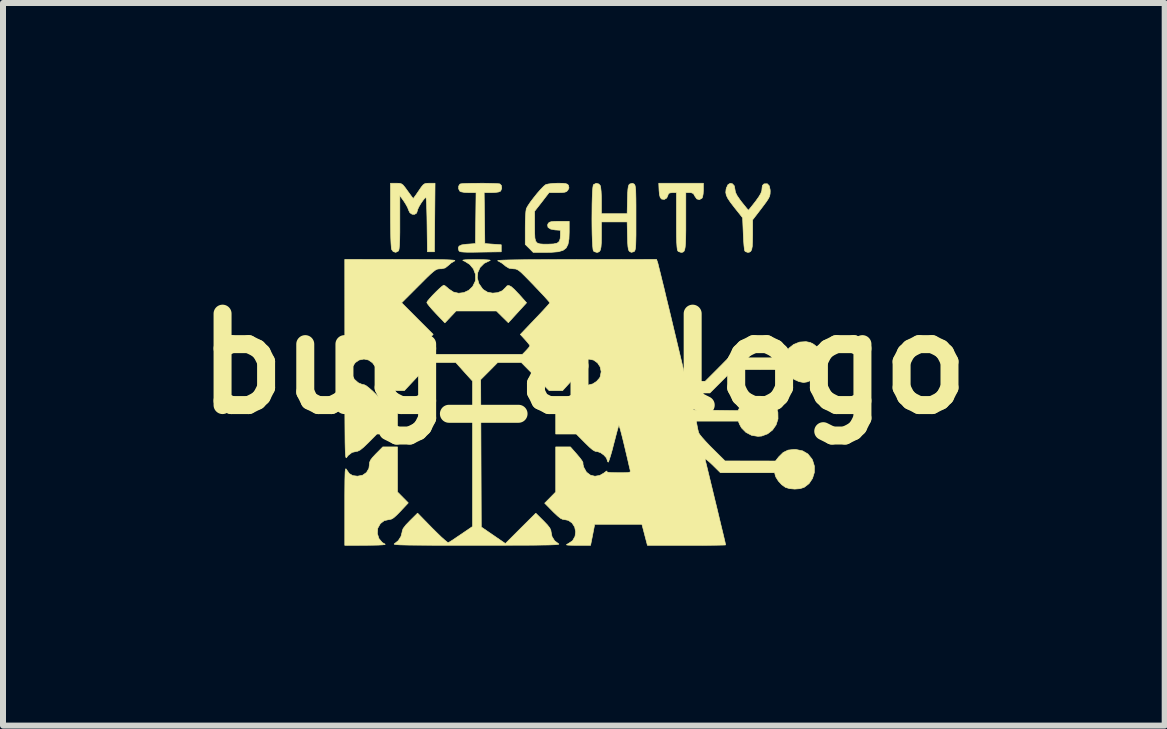
<source format=kicad_pcb>
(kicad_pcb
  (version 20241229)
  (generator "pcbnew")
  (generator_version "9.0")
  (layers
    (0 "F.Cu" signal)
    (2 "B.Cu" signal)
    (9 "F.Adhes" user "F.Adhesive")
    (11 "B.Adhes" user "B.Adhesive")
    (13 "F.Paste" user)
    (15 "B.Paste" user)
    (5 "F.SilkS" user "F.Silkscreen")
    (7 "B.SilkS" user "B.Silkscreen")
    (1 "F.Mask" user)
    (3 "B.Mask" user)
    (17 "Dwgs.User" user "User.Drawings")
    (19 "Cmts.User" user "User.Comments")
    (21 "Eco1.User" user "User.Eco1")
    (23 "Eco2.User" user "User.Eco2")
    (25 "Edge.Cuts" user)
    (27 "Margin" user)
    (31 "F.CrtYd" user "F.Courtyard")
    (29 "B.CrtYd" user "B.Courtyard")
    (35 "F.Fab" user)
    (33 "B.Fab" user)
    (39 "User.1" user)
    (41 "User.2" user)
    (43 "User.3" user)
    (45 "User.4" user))
  (footprint "bug_a_logo"
    (layer "F.Cu")
    (at 6.684 3.014)
    (property "Reference" "bug_a_logo" (at 0 0 0) (layer "F.SilkS") (effects (font (size 1.524 1.524) (thickness 0.3))))
    (attr through_hole)
    (fp_poly (pts (xy 1.993 -2.896) (xy 1.989 -2.83) (xy 1.979 -2.779) (xy 1.969 -2.759) (xy 1.925 -2.735) (xy 1.882 -2.748) (xy 1.851 -2.793) (xy 1.85 -2.794) (xy 1.827 -2.836) (xy 1.791 -2.851) (xy 1.764 -2.853) (xy 1.7 -2.853) (xy 1.7 -2.378) (xy 1.7 -2.221) (xy 1.698 -2.1) (xy 1.695 -2.008) (xy 1.689 -1.943) (xy 1.681 -1.9) (xy 1.669 -1.874) (xy 1.652 -1.861) (xy 1.63 -1.856) (xy 1.622 -1.856) (xy 1.581 -1.869) (xy 1.567 -1.88) (xy 1.559 -1.901) (xy 1.553 -1.948) (xy 1.548 -2.023) (xy 1.545 -2.131) (xy 1.544 -2.272) (xy 1.544 -2.378) (xy 1.544 -2.853) (xy 1.477 -2.853) (xy 1.429 -2.847) (xy 1.407 -2.827) (xy 1.403 -2.811) (xy 1.382 -2.763) (xy 1.342 -2.739) (xy 1.298 -2.745) (xy 1.294 -2.747) (xy 1.273 -2.773) (xy 1.26 -2.823) (xy 1.254 -2.889) (xy 1.249 -3.009) (xy 1.993 -3.009) (xy 1.993 -2.896)) (stroke (width 0.01) (type solid)) (fill yes) (layer "F.SilkS"))
    (fp_poly (pts (xy -1.586 -3.007) (xy -1.5 -3.005) (xy -1.435 -3.002) (xy -1.4 -2.998) (xy -1.399 -2.997) (xy -1.374 -2.97) (xy -1.369 -2.926) (xy -1.385 -2.883) (xy -1.391 -2.876) (xy -1.423 -2.863) (xy -1.481 -2.855) (xy -1.538 -2.853) (xy -1.662 -2.853) (xy -1.656 -2.428) (xy -1.651 -2.003) (xy -1.514 -1.993) (xy -1.377 -1.983) (xy -1.377 -1.866) (xy -1.725 -1.861) (xy -1.852 -1.859) (xy -1.945 -1.859) (xy -2.01 -1.862) (xy -2.051 -1.866) (xy -2.074 -1.874) (xy -2.083 -1.884) (xy -2.094 -1.93) (xy -2.08 -1.961) (xy -2.037 -1.981) (xy -1.961 -1.992) (xy -1.944 -1.993) (xy -1.807 -2.003) (xy -1.802 -2.428) (xy -1.797 -2.853) (xy -1.92 -2.853) (xy -1.991 -2.856) (xy -2.045 -2.866) (xy -2.067 -2.876) (xy -2.088 -2.916) (xy -2.087 -2.961) (xy -2.067 -2.993) (xy -2.06 -2.997) (xy -2.028 -3.002) (xy -1.966 -3.005) (xy -1.883 -3.007) (xy -1.786 -3.008) (xy -1.684 -3.009) (xy -1.586 -3.007)) (stroke (width 0.01) (type solid)) (fill yes) (layer "F.SilkS"))
    (fp_poly (pts (xy -3.107 2.138) (xy -3.017 2.229) (xy -2.927 2.32) (xy -3.058 2.46) (xy -3.123 2.526) (xy -3.17 2.568) (xy -3.207 2.59) (xy -3.24 2.598) (xy -3.253 2.599) (xy -3.33 2.617) (xy -3.393 2.666) (xy -3.434 2.739) (xy -3.437 2.748) (xy -3.442 2.833) (xy -3.416 2.915) (xy -3.362 2.98) (xy -3.312 3.01) (xy -3.317 3.015) (xy -3.357 3.02) (xy -3.427 3.024) (xy -3.523 3.026) (xy -3.629 3.027) (xy -3.986 3.028) (xy -3.986 2.369) (xy -3.986 2.191) (xy -3.985 2.049) (xy -3.984 1.94) (xy -3.982 1.858) (xy -3.98 1.803) (xy -3.976 1.769) (xy -3.971 1.753) (xy -3.965 1.753) (xy -3.957 1.764) (xy -3.956 1.766) (xy -3.911 1.831) (xy -3.854 1.865) (xy -3.774 1.875) (xy -3.689 1.859) (xy -3.624 1.814) (xy -3.584 1.746) (xy -3.576 1.687) (xy -3.572 1.645) (xy -3.557 1.608) (xy -3.525 1.565) (xy -3.47 1.506) (xy -3.464 1.5) (xy -3.352 1.387) (xy -3.107 1.387) (xy -3.107 2.138)) (stroke (width 0.01) (type solid)) (fill yes) (layer "F.SilkS"))
    (fp_poly (pts (xy 2.477 -3) (xy 2.508 -2.966) (xy 2.52 -2.904) (xy 2.52 -2.901) (xy 2.528 -2.857) (xy 2.554 -2.804) (xy 2.602 -2.734) (xy 2.629 -2.698) (xy 2.678 -2.637) (xy 2.716 -2.59) (xy 2.74 -2.563) (xy 2.744 -2.56) (xy 2.757 -2.574) (xy 2.789 -2.613) (xy 2.833 -2.669) (xy 2.86 -2.703) (xy 2.916 -2.781) (xy 2.95 -2.838) (xy 2.967 -2.885) (xy 2.97 -2.917) (xy 2.976 -2.969) (xy 2.999 -2.995) (xy 3.01 -2.999) (xy 3.059 -3) (xy 3.091 -2.966) (xy 3.106 -2.899) (xy 3.107 -2.873) (xy 3.105 -2.831) (xy 3.097 -2.794) (xy 3.078 -2.754) (xy 3.045 -2.703) (xy 2.993 -2.633) (xy 2.96 -2.589) (xy 2.814 -2.399) (xy 2.814 -2.151) (xy 2.812 -2.036) (xy 2.808 -1.956) (xy 2.798 -1.903) (xy 2.781 -1.872) (xy 2.757 -1.859) (xy 2.733 -1.856) (xy 2.695 -1.869) (xy 2.683 -1.881) (xy 2.677 -1.908) (xy 2.67 -1.967) (xy 2.664 -2.049) (xy 2.659 -2.146) (xy 2.658 -2.169) (xy 2.647 -2.433) (xy 2.515 -2.599) (xy 2.447 -2.687) (xy 2.401 -2.755) (xy 2.375 -2.809) (xy 2.366 -2.856) (xy 2.371 -2.906) (xy 2.376 -2.928) (xy 2.402 -2.984) (xy 2.439 -3.007) (xy 2.477 -3)) (stroke (width 0.01) (type solid)) (fill yes) (layer "F.SilkS"))
    (fp_poly (pts (xy -3.078 -3.008) (xy -3.044 -3) (xy -3.015 -2.98) (xy -2.982 -2.94) (xy -2.94 -2.882) (xy -2.897 -2.823) (xy -2.864 -2.778) (xy -2.846 -2.756) (xy -2.844 -2.755) (xy -2.832 -2.77) (xy -2.803 -2.809) (xy -2.764 -2.866) (xy -2.753 -2.882) (xy -2.71 -2.945) (xy -2.678 -2.983) (xy -2.65 -3.002) (xy -2.615 -3.008) (xy -2.574 -3.009) (xy -2.481 -3.009) (xy -2.486 -2.437) (xy -2.491 -1.866) (xy -2.608 -1.866) (xy -2.614 -2.32) (xy -2.616 -2.449) (xy -2.619 -2.563) (xy -2.622 -2.658) (xy -2.626 -2.728) (xy -2.631 -2.768) (xy -2.633 -2.774) (xy -2.653 -2.759) (xy -2.684 -2.72) (xy -2.719 -2.669) (xy -2.75 -2.616) (xy -2.77 -2.573) (xy -2.774 -2.557) (xy -2.788 -2.512) (xy -2.821 -2.491) (xy -2.863 -2.492) (xy -2.9 -2.517) (xy -2.921 -2.559) (xy -2.939 -2.606) (xy -2.973 -2.667) (xy -3 -2.709) (xy -3.068 -2.804) (xy -3.068 -2.353) (xy -3.068 -2.193) (xy -3.07 -2.069) (xy -3.074 -1.978) (xy -3.08 -1.918) (xy -3.087 -1.886) (xy -3.091 -1.88) (xy -3.135 -1.857) (xy -3.178 -1.869) (xy -3.205 -1.906) (xy -3.21 -1.939) (xy -3.215 -2.006) (xy -3.219 -2.101) (xy -3.221 -2.218) (xy -3.223 -2.353) (xy -3.224 -2.483) (xy -3.224 -3.009) (xy -3.127 -3.009) (xy -3.078 -3.008)) (stroke (width 0.01) (type solid)) (fill yes) (layer "F.SilkS"))
    (fp_poly (pts (xy -1.788 -1.736) (xy -1.687 -1.735) (xy -1.613 -1.732) (xy -1.569 -1.728) (xy -1.56 -1.722) (xy -1.565 -1.72) (xy -1.661 -1.674) (xy -1.73 -1.605) (xy -1.768 -1.522) (xy -1.776 -1.431) (xy -1.751 -1.338) (xy -1.691 -1.251) (xy -1.674 -1.234) (xy -1.605 -1.192) (xy -1.521 -1.177) (xy -1.436 -1.185) (xy -1.359 -1.217) (xy -1.305 -1.27) (xy -1.304 -1.271) (xy -1.279 -1.299) (xy -1.25 -1.304) (xy -1.211 -1.285) (xy -1.159 -1.239) (xy -1.088 -1.164) (xy -1.086 -1.163) (xy -0.955 -1.016) (xy -1.107 -0.85) (xy -1.259 -0.684) (xy -1.358 -0.781) (xy -1.457 -0.879) (xy -2.13 -0.879) (xy -2.317 -0.681) (xy -2.467 -0.838) (xy -2.528 -0.904) (xy -2.577 -0.961) (xy -2.609 -1.003) (xy -2.618 -1.021) (xy -2.605 -1.045) (xy -2.57 -1.087) (xy -2.522 -1.14) (xy -2.467 -1.196) (xy -2.413 -1.248) (xy -2.368 -1.288) (xy -2.339 -1.308) (xy -2.335 -1.309) (xy -2.311 -1.297) (xy -2.272 -1.265) (xy -2.254 -1.248) (xy -2.175 -1.195) (xy -2.088 -1.175) (xy -2 -1.186) (xy -1.919 -1.224) (xy -1.854 -1.286) (xy -1.812 -1.372) (xy -1.806 -1.398) (xy -1.807 -1.491) (xy -1.841 -1.581) (xy -1.903 -1.656) (xy -1.987 -1.709) (xy -2.003 -1.715) (xy -2.019 -1.724) (xy -2.009 -1.729) (xy -1.972 -1.733) (xy -1.903 -1.735) (xy -1.798 -1.736) (xy -1.788 -1.736)) (stroke (width 0.01) (type solid)) (fill yes) (layer "F.SilkS"))
    (fp_poly (pts (xy -0.349 -3.008) (xy -0.299 -3.002) (xy -0.271 -2.991) (xy -0.256 -2.973) (xy -0.248 -2.93) (xy -0.266 -2.895) (xy -0.286 -2.872) (xy -0.316 -2.86) (xy -0.365 -2.854) (xy -0.438 -2.853) (xy -0.58 -2.853) (xy -0.7 -2.697) (xy -0.821 -2.542) (xy -0.821 -2.288) (xy -0.82 -2.175) (xy -0.816 -2.095) (xy -0.803 -2.043) (xy -0.778 -2.013) (xy -0.736 -1.998) (xy -0.673 -1.993) (xy -0.599 -1.993) (xy -0.505 -1.997) (xy -0.444 -2.011) (xy -0.409 -2.04) (xy -0.394 -2.089) (xy -0.391 -2.14) (xy -0.391 -2.225) (xy -0.482 -2.231) (xy -0.554 -2.245) (xy -0.597 -2.273) (xy -0.605 -2.313) (xy -0.594 -2.34) (xy -0.576 -2.357) (xy -0.544 -2.368) (xy -0.49 -2.373) (xy -0.408 -2.374) (xy -0.244 -2.374) (xy -0.244 -2.196) (xy -0.248 -2.079) (xy -0.264 -1.991) (xy -0.295 -1.93) (xy -0.347 -1.89) (xy -0.426 -1.867) (xy -0.534 -1.858) (xy -0.625 -1.856) (xy -0.844 -1.856) (xy -0.91 -1.923) (xy -0.977 -1.989) (xy -0.977 -2.263) (xy -0.976 -2.367) (xy -0.972 -2.46) (xy -0.967 -2.534) (xy -0.96 -2.58) (xy -0.958 -2.587) (xy -0.934 -2.631) (xy -0.892 -2.694) (xy -0.838 -2.765) (xy -0.779 -2.839) (xy -0.721 -2.905) (xy -0.671 -2.957) (xy -0.636 -2.985) (xy -0.633 -2.987) (xy -0.59 -2.997) (xy -0.522 -3.005) (xy -0.442 -3.009) (xy -0.43 -3.009) (xy -0.349 -3.008)) (stroke (width 0.01) (type solid)) (fill yes) (layer "F.SilkS"))
    (fp_poly (pts (xy 0.835 -2.997) (xy 0.845 -2.988) (xy 0.853 -2.972) (xy 0.859 -2.944) (xy 0.864 -2.901) (xy 0.866 -2.837) (xy 0.868 -2.749) (xy 0.869 -2.632) (xy 0.869 -2.482) (xy 0.869 -2.433) (xy 0.869 -2.272) (xy 0.869 -2.146) (xy 0.867 -2.05) (xy 0.865 -1.98) (xy 0.861 -1.931) (xy 0.855 -1.9) (xy 0.848 -1.881) (xy 0.838 -1.87) (xy 0.835 -1.868) (xy 0.793 -1.857) (xy 0.767 -1.868) (xy 0.752 -1.883) (xy 0.742 -1.91) (xy 0.735 -1.955) (xy 0.73 -2.026) (xy 0.727 -2.127) (xy 0.722 -2.364) (xy 0.293 -2.364) (xy 0.293 -2.134) (xy 0.292 -2.023) (xy 0.286 -1.945) (xy 0.275 -1.895) (xy 0.257 -1.868) (xy 0.23 -1.857) (xy 0.215 -1.856) (xy 0.174 -1.869) (xy 0.16 -1.88) (xy 0.153 -1.906) (xy 0.147 -1.965) (xy 0.142 -2.051) (xy 0.138 -2.157) (xy 0.136 -2.277) (xy 0.135 -2.405) (xy 0.136 -2.534) (xy 0.137 -2.658) (xy 0.14 -2.77) (xy 0.144 -2.866) (xy 0.15 -2.937) (xy 0.157 -2.978) (xy 0.16 -2.985) (xy 0.205 -3.008) (xy 0.249 -2.997) (xy 0.273 -2.971) (xy 0.281 -2.937) (xy 0.288 -2.873) (xy 0.292 -2.79) (xy 0.293 -2.717) (xy 0.293 -2.501) (xy 0.507 -2.501) (xy 0.722 -2.501) (xy 0.727 -2.738) (xy 0.73 -2.841) (xy 0.735 -2.911) (xy 0.742 -2.956) (xy 0.752 -2.983) (xy 0.767 -2.997) (xy 0.809 -3.008) (xy 0.835 -2.997)) (stroke (width 0.01) (type solid)) (fill yes) (layer "F.SilkS"))
    (fp_poly (pts (xy 1.228 -1.695) (xy 1.236 -1.668) (xy 1.251 -1.606) (xy 1.274 -1.515) (xy 1.303 -1.396) (xy 1.338 -1.255) (xy 1.376 -1.094) (xy 1.419 -0.918) (xy 1.464 -0.73) (xy 1.476 -0.679) (xy 1.708 0.293) (xy 1.865 0.293) (xy 2.023 0.293) (xy 2.218 0.098) (xy 2.412 -0.098) (xy 2.872 -0.098) (xy 3.331 -0.098) (xy 3.363 -0.173) (xy 3.419 -0.259) (xy 3.5 -0.323) (xy 3.598 -0.361) (xy 3.704 -0.368) (xy 3.777 -0.353) (xy 3.832 -0.324) (xy 3.891 -0.278) (xy 3.915 -0.254) (xy 3.977 -0.159) (xy 4.003 -0.055) (xy 3.991 0.053) (xy 3.942 0.158) (xy 3.941 0.159) (xy 3.885 0.218) (xy 3.808 0.269) (xy 3.724 0.303) (xy 3.663 0.313) (xy 3.587 0.298) (xy 3.505 0.261) (xy 3.432 0.21) (xy 3.39 0.162) (xy 3.351 0.099) (xy 2.921 0.098) (xy 2.49 0.098) (xy 2.296 0.293) (xy 2.101 0.488) (xy 1.755 0.488) (xy 1.769 0.552) (xy 1.784 0.614) (xy 1.803 0.683) (xy 1.806 0.693) (xy 1.829 0.772) (xy 2.57 0.782) (xy 2.608 0.711) (xy 2.673 0.626) (xy 2.756 0.57) (xy 2.849 0.542) (xy 2.946 0.542) (xy 3.039 0.568) (xy 3.122 0.618) (xy 3.188 0.693) (xy 3.23 0.79) (xy 3.235 0.813) (xy 3.237 0.92) (xy 3.205 1.02) (xy 3.146 1.105) (xy 3.064 1.169) (xy 2.965 1.206) (xy 2.903 1.211) (xy 2.797 1.194) (xy 2.702 1.144) (xy 2.628 1.069) (xy 2.598 1.014) (xy 2.574 0.957) (xy 1.874 0.957) (xy 1.888 1.031) (xy 1.9 1.093) (xy 1.913 1.146) (xy 1.914 1.15) (xy 1.931 1.179) (xy 1.972 1.23) (xy 2.03 1.295) (xy 2.101 1.37) (xy 2.14 1.409) (xy 2.354 1.621) (xy 3.195 1.622) (xy 3.249 1.553) (xy 3.323 1.48) (xy 3.405 1.44) (xy 3.504 1.429) (xy 3.536 1.43) (xy 3.648 1.453) (xy 3.735 1.504) (xy 3.802 1.587) (xy 3.813 1.607) (xy 3.844 1.708) (xy 3.843 1.813) (xy 3.812 1.913) (xy 3.754 1.999) (xy 3.673 2.061) (xy 3.604 2.083) (xy 3.516 2.09) (xy 3.429 2.082) (xy 3.362 2.062) (xy 3.3 2.018) (xy 3.243 1.956) (xy 3.202 1.891) (xy 3.192 1.864) (xy 3.181 1.817) (xy 2.277 1.817) (xy 2.143 1.685) (xy 2.085 1.631) (xy 2.043 1.597) (xy 2.021 1.586) (xy 2.02 1.592) (xy 2.027 1.62) (xy 2.042 1.679) (xy 2.063 1.765) (xy 2.089 1.873) (xy 2.119 1.997) (xy 2.152 2.133) (xy 2.186 2.274) (xy 2.221 2.417) (xy 2.254 2.556) (xy 2.285 2.686) (xy 2.313 2.801) (xy 2.336 2.897) (xy 2.353 2.969) (xy 2.362 3.011) (xy 2.364 3.021) (xy 2.345 3.023) (xy 2.292 3.024) (xy 2.209 3.026) (xy 2.1 3.027) (xy 1.97 3.028) (xy 1.824 3.028) (xy 1.712 3.028) (xy 1.06 3.028) (xy 1.014 2.853) (xy 0.968 2.677) (xy 0.181 2.677) (xy 0.147 2.853) (xy 0.112 3.028) (xy -0.105 3.028) (xy -0.198 3.027) (xy -0.257 3.025) (xy -0.286 3.022) (xy -0.289 3.015) (xy -0.272 3.005) (xy -0.261 3) (xy -0.188 2.951) (xy -0.147 2.878) (xy -0.137 2.801) (xy -0.153 2.722) (xy -0.196 2.656) (xy -0.258 2.612) (xy -0.32 2.599) (xy -0.354 2.594) (xy -0.391 2.576) (xy -0.437 2.539) (xy -0.5 2.48) (xy -0.518 2.462) (xy -0.653 2.325) (xy -0.561 2.232) (xy -0.469 2.138) (xy -0.469 1.387) (xy -0.224 1.387) (xy -0.117 1.509) (xy -0.068 1.567) (xy -0.033 1.614) (xy -0.016 1.644) (xy -0.015 1.648) (xy -0.014 1.677) (xy -0.002 1.724) (xy 0.001 1.731) (xy 0.044 1.808) (xy 0.108 1.857) (xy 0.185 1.876) (xy 0.266 1.862) (xy 0.335 1.822) (xy 0.37 1.795) (xy 0.385 1.788) (xy 0.384 1.793) (xy 0.386 1.804) (xy 0.41 1.811) (xy 0.463 1.815) (xy 0.549 1.817) (xy 0.576 1.817) (xy 0.667 1.817) (xy 0.726 1.815) (xy 0.76 1.81) (xy 0.773 1.801) (xy 0.774 1.785) (xy 0.772 1.773) (xy 0.764 1.741) (xy 0.749 1.677) (xy 0.729 1.589) (xy 0.704 1.484) (xy 0.677 1.369) (xy 0.65 1.258) (xy 0.626 1.163) (xy 0.606 1.089) (xy 0.591 1.042) (xy 0.583 1.027) (xy 0.583 1.027) (xy 0.575 1.052) (xy 0.559 1.107) (xy 0.538 1.186) (xy 0.513 1.283) (xy 0.497 1.343) (xy 0.471 1.445) (xy 0.446 1.531) (xy 0.425 1.597) (xy 0.411 1.635) (xy 0.406 1.641) (xy 0.393 1.625) (xy 0.391 1.61) (xy 0.375 1.568) (xy 0.334 1.523) (xy 0.282 1.485) (xy 0.231 1.466) (xy 0.221 1.465) (xy 0.187 1.459) (xy 0.147 1.436) (xy 0.095 1.392) (xy 0.024 1.323) (xy 0.02 1.319) (xy -0.126 1.172) (xy -0.469 1.172) (xy -0.469 0.684) (xy -0.376 0.684) (xy -0.335 0.683) (xy -0.302 0.676) (xy -0.27 0.66) (xy -0.231 0.629) (xy -0.178 0.578) (xy -0.117 0.518) (xy -0.042 0.445) (xy 0.022 0.391) (xy 0.068 0.359) (xy 0.087 0.352) (xy 0.149 0.336) (xy 0.212 0.295) (xy 0.261 0.24) (xy 0.272 0.218) (xy 0.289 0.133) (xy 0.272 0.053) (xy 0.228 -0.014) (xy 0.162 -0.061) (xy 0.078 -0.078) (xy -0.001 -0.061) (xy -0.065 -0.014) (xy -0.107 0.054) (xy -0.117 0.114) (xy -0.121 0.154) (xy -0.137 0.194) (xy -0.17 0.241) (xy -0.224 0.305) (xy -0.236 0.318) (xy -0.355 0.449) (xy -0.578 0.449) (xy -0.81 0.215) (xy -1.042 -0.02) (xy -1.437 -0.02) (xy -1.578 0.123) (xy -1.72 0.265) (xy -1.71 2.722) (xy -1.308 2.998) (xy -1.055 2.745) (xy -0.801 2.492) (xy -0.674 2.618) (xy -0.608 2.687) (xy -0.568 2.738) (xy -0.55 2.778) (xy -0.547 2.799) (xy -0.531 2.881) (xy -0.487 2.952) (xy -0.424 3) (xy -0.424 3) (xy -0.416 3.005) (xy -0.419 3.01) (xy -0.436 3.013) (xy -0.47 3.017) (xy -0.521 3.019) (xy -0.594 3.022) (xy -0.689 3.023) (xy -0.81 3.025) (xy -0.96 3.026) (xy -1.139 3.026) (xy -1.351 3.027) (xy -1.598 3.027) (xy -1.788 3.027) (xy -2.058 3.027) (xy -2.292 3.027) (xy -2.492 3.027) (xy -2.66 3.026) (xy -2.799 3.025) (xy -2.912 3.024) (xy -3 3.022) (xy -3.066 3.02) (xy -3.113 3.017) (xy -3.143 3.014) (xy -3.159 3.01) (xy -3.163 3.006) (xy -3.158 3) (xy -3.152 2.997) (xy -3.093 2.949) (xy -3.049 2.879) (xy -3.029 2.802) (xy -3.028 2.79) (xy -3.013 2.748) (xy -2.966 2.687) (xy -2.9 2.618) (xy -2.772 2.491) (xy -2.527 2.742) (xy -2.447 2.821) (xy -2.376 2.89) (xy -2.317 2.942) (xy -2.277 2.975) (xy -2.26 2.983) (xy -2.235 2.969) (xy -2.186 2.938) (xy -2.12 2.893) (xy -2.047 2.844) (xy -1.856 2.714) (xy -1.856 0.29) (xy -1.996 0.135) (xy -2.135 -0.02) (xy -2.554 -0.02) (xy -2.774 0.215) (xy -2.993 0.449) (xy -3.104 0.449) (xy -3.158 0.448) (xy -3.197 0.442) (xy -3.232 0.424) (xy -3.273 0.39) (xy -3.329 0.334) (xy -3.337 0.327) (xy -3.397 0.264) (xy -3.433 0.219) (xy -3.452 0.182) (xy -3.458 0.145) (xy -3.458 0.129) (xy -3.476 0.051) (xy -3.524 -0.016) (xy -3.591 -0.062) (xy -3.666 -0.078) (xy -3.749 -0.061) (xy -3.811 -0.018) (xy -3.852 0.043) (xy -3.869 0.115) (xy -3.862 0.19) (xy -3.827 0.259) (xy -3.764 0.315) (xy -3.751 0.322) (xy -3.7 0.343) (xy -3.659 0.352) (xy -3.632 0.365) (xy -3.585 0.401) (xy -3.524 0.454) (xy -3.458 0.518) (xy -3.388 0.588) (xy -3.337 0.635) (xy -3.3 0.663) (xy -3.268 0.678) (xy -3.234 0.683) (xy -3.2 0.684) (xy -3.107 0.684) (xy -3.107 1.172) (xy -3.45 1.172) (xy -3.593 1.316) (xy -3.671 1.391) (xy -3.729 1.438) (xy -3.771 1.459) (xy -3.784 1.46) (xy -3.865 1.479) (xy -3.932 1.531) (xy -3.952 1.559) (xy -3.958 1.567) (xy -3.963 1.568) (xy -3.967 1.56) (xy -3.971 1.542) (xy -3.974 1.51) (xy -3.977 1.462) (xy -3.979 1.397) (xy -3.981 1.311) (xy -3.982 1.202) (xy -3.983 1.069) (xy -3.984 0.908) (xy -3.985 0.717) (xy -3.985 0.494) (xy -3.985 0.237) (xy -3.985 -0.056) (xy -3.985 -0.064) (xy -3.986 -1.739) (xy -3.043 -1.738) (xy -2.825 -1.738) (xy -2.643 -1.737) (xy -2.495 -1.736) (xy -2.377 -1.735) (xy -2.287 -1.733) (xy -2.222 -1.73) (xy -2.18 -1.727) (xy -2.156 -1.723) (xy -2.15 -1.718) (xy -2.157 -1.712) (xy -2.159 -1.711) (xy -2.215 -1.678) (xy -2.265 -1.634) (xy -2.312 -1.597) (xy -2.371 -1.583) (xy -2.392 -1.583) (xy -2.42 -1.581) (xy -2.446 -1.576) (xy -2.475 -1.561) (xy -2.51 -1.535) (xy -2.557 -1.494) (xy -2.62 -1.434) (xy -2.703 -1.351) (xy -2.755 -1.299) (xy -3.038 -1.016) (xy -2.775 -0.752) (xy -2.512 -0.489) (xy -2.604 -0.395) (xy -2.697 -0.301) (xy -2.622 -0.229) (xy -2.548 -0.156) (xy -1.024 -0.156) (xy -0.961 -0.221) (xy -0.924 -0.262) (xy -0.902 -0.292) (xy -0.899 -0.299) (xy -0.911 -0.32) (xy -0.943 -0.36) (xy -0.979 -0.401) (xy -1.059 -0.488) (xy -0.813 -0.746) (xy -0.735 -0.828) (xy -0.666 -0.902) (xy -0.613 -0.96) (xy -0.578 -1) (xy -0.567 -1.016) (xy -0.58 -1.034) (xy -0.616 -1.075) (xy -0.67 -1.135) (xy -0.74 -1.209) (xy -0.821 -1.294) (xy -0.832 -1.306) (xy -0.924 -1.401) (xy -0.993 -1.471) (xy -1.044 -1.521) (xy -1.083 -1.553) (xy -1.113 -1.571) (xy -1.139 -1.58) (xy -1.166 -1.582) (xy -1.178 -1.583) (xy -1.247 -1.592) (xy -1.303 -1.626) (xy -1.318 -1.639) (xy -1.372 -1.681) (xy -1.427 -1.712) (xy -1.436 -1.715) (xy -1.435 -1.72) (xy -1.407 -1.724) (xy -1.348 -1.727) (xy -1.259 -1.73) (xy -1.138 -1.732) (xy -0.983 -1.734) (xy -0.794 -1.735) (xy -0.569 -1.736) (xy -0.307 -1.737) (xy -0.141 -1.737) (xy 1.212 -1.739) (xy 1.228 -1.695)) (stroke (width 0.01) (type solid)) (fill yes) (layer "F.SilkS")))
  (gr_rect
    (start -3 -3)
    (end 16.368 9.047)
    (stroke (width 0.1) (type default))
    (fill no)
    (layer "Edge.Cuts")))
</source>
